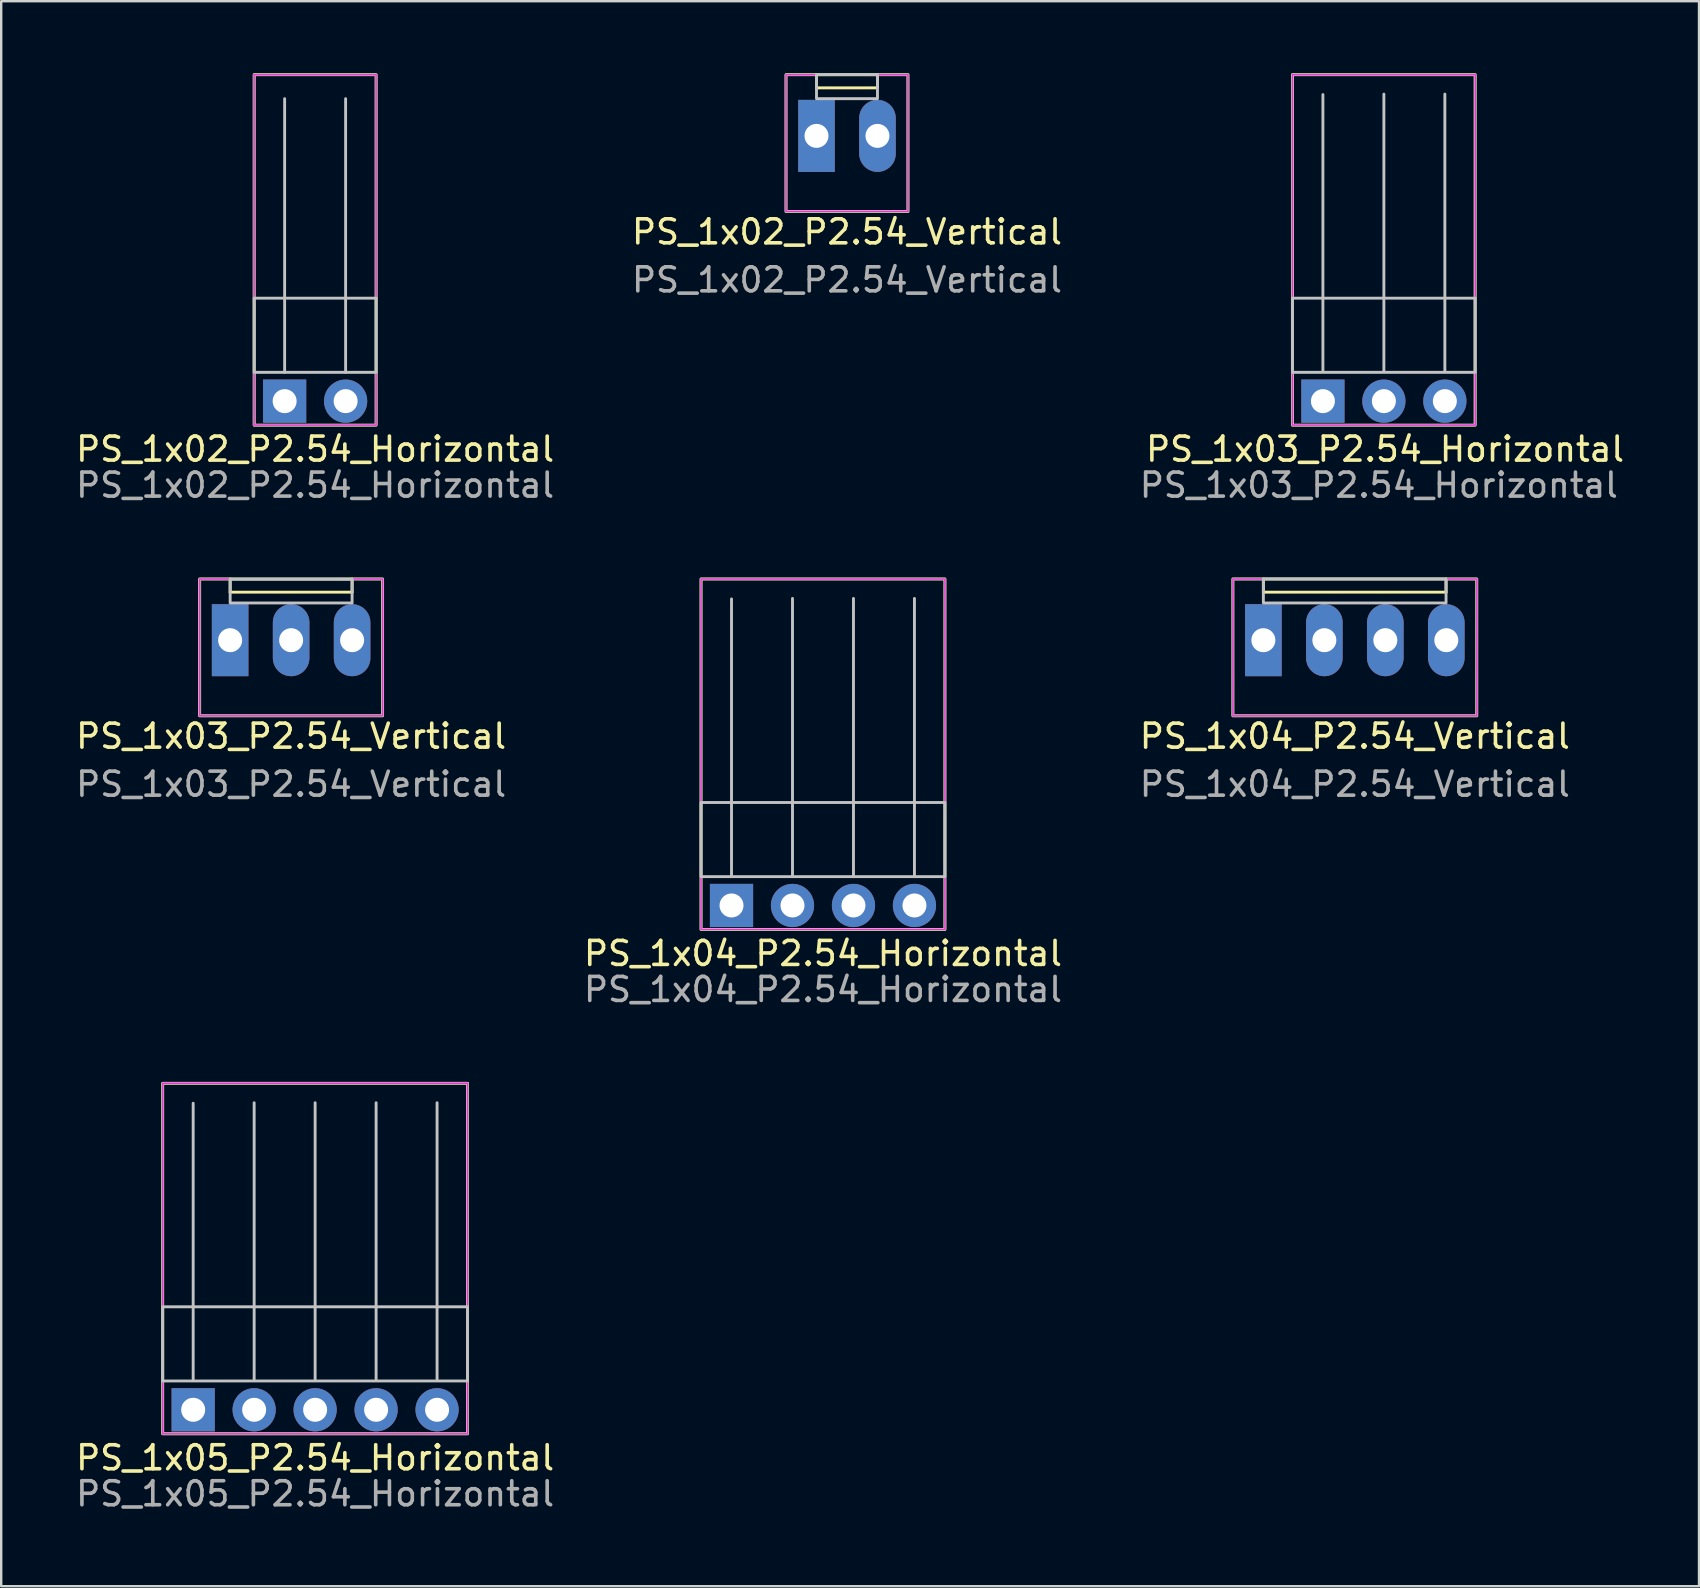
<source format=kicad_pcb>
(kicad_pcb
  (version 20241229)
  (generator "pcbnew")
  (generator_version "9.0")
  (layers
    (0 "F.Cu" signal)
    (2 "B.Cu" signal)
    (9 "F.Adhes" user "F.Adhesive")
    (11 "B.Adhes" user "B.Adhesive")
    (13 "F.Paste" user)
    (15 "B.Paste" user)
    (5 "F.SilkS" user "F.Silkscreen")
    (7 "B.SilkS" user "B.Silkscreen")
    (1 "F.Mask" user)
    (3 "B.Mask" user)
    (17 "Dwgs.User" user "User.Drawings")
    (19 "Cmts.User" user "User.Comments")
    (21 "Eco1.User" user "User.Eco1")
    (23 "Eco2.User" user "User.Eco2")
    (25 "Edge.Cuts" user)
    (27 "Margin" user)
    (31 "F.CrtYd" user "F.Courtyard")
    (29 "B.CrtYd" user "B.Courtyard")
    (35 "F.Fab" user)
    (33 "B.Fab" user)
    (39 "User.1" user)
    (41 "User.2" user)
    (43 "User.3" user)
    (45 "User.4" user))
  (footprint "PS_1x05_P2.54_Horizontal"
    (layer "F.Cu")
    (at 4.997 55.676)
    (property "Reference" "PS_1x05_P2.54_Horizontal" (at 5.08 2 0) (layer "F.SilkS") (effects (font (size 1 1) (thickness 0.15))))
    (attr through_hole)
    (fp_rect (start -1.27 -13.6) (end 11.43 1) (stroke (width 0.12) (type default)) (fill no) (layer "F.SilkS"))
    (fp_line (start 0 -1.27) (end 0 -12.77) (stroke (width 0.12) (type solid)) (layer "Dwgs.User"))
    (fp_line (start 2.54 -1.27) (end 2.54 -12.79) (stroke (width 0.12) (type solid)) (layer "Dwgs.User"))
    (fp_line (start 5.08 -1.27) (end 5.08 -12.79) (stroke (width 0.12) (type solid)) (layer "Dwgs.User"))
    (fp_line (start 7.62 -1.27) (end 7.62 -12.79) (stroke (width 0.12) (type solid)) (layer "Dwgs.User"))
    (fp_line (start 10.16 -1.27) (end 10.16 -12.79) (stroke (width 0.12) (type solid)) (layer "Dwgs.User"))
    (fp_rect (start -1.27 -4.29) (end 11.43 -1.2) (stroke (width 0.12) (type solid)) (fill no) (layer "Dwgs.User"))
    (fp_rect (start -1.27 -13.6) (end 11.43 1) (stroke (width 0.05) (type default)) (fill no) (layer "F.CrtYd"))
    (fp_rect (start -1.27 -13.6) (end 11.43 1) (stroke (width 0.1) (type default)) (fill no) (layer "F.Fab"))
    (fp_text user "${REFERENCE}" (at 5.08 3.5 0) (layer "F.Fab") (effects (font (size 1 1) (thickness 0.15))))
    (pad "1" thru_hole rect (at 0 0) (size 1.8 1.8) (drill 1) (layers "*.Cu" "*.Mask"))
    (pad "2" thru_hole circle (at 2.54 0) (size 1.8 1.8) (drill 1) (layers "*.Cu" "*.Mask"))
    (pad "3" thru_hole circle (at 5.08 0) (size 1.8 1.8) (drill 1) (layers "*.Cu" "*.Mask"))
    (pad "4" thru_hole circle (at 7.62 0) (size 1.8 1.8) (drill 1) (layers "*.Cu" "*.Mask"))
    (pad "5" thru_hole circle (at 10.16 0) (size 1.8 1.8) (drill 1) (layers "*.Cu" "*.Mask")))
  (footprint "PS_1x02_P2.54_Vertical"
    (layer "F.Cu")
    (at 30.962 2.61)
    (property "Reference" "PS_1x02_P2.54_Vertical" (at 1.27 4 0) (layer "F.SilkS") (effects (font (size 1 1) (thickness 0.15))))
    (attr through_hole)
    (fp_line (start 0 -2) (end 0 -2.55) (stroke (width 0.12) (type default)) (layer "F.SilkS"))
    (fp_line (start 0 -2) (end 2.54 -2) (stroke (width 0.12) (type default)) (layer "F.SilkS"))
    (fp_line (start 2.54 -2) (end 2.54 -2.55) (stroke (width 0.12) (type default)) (layer "F.SilkS"))
    (fp_rect (start -1.27 -2.55) (end 3.81 3.15) (stroke (width 0.12) (type default)) (fill no) (layer "F.SilkS"))
    (fp_rect (start 0 -2.55) (end 2.54 -1.55) (stroke (width 0.12) (type solid)) (fill no) (layer "Dwgs.User"))
    (fp_rect (start -1.27 -2.55) (end 3.81 3.15) (stroke (width 0.05) (type default)) (fill no) (layer "F.CrtYd"))
    (fp_rect (start -1.27 -2.55) (end 3.81 3.15) (stroke (width 0.1) (type default)) (fill no) (layer "F.Fab"))
    (fp_text user "${REFERENCE}" (at 1.27 6 0) (layer "F.Fab") (effects (font (size 1 1) (thickness 0.15))))
    (pad "1" thru_hole rect (at 0 0) (size 1.524 3) (drill 1) (layers "*.Cu" "*.Mask"))
    (pad "2" thru_hole oval (at 2.54 0) (size 1.524 3) (drill 1) (layers "*.Cu" "*.Mask")))
  (footprint "PS_1x02_P2.54_Horizontal"
    (layer "F.Cu")
    (at 8.807 13.66)
    (property "Reference" "PS_1x02_P2.54_Horizontal" (at 1.27 2 0) (layer "F.SilkS") (effects (font (size 1 1) (thickness 0.15))))
    (attr through_hole)
    (fp_rect (start -1.27 -13.6) (end 3.81 1) (stroke (width 0.12) (type default)) (fill no) (layer "F.SilkS"))
    (fp_line (start 0 -1.2) (end 0 -12.6) (stroke (width 0.12) (type solid)) (layer "Dwgs.User"))
    (fp_line (start 2.54 -1.2) (end 2.54 -12.6) (stroke (width 0.12) (type solid)) (layer "Dwgs.User"))
    (fp_rect (start -1.27 -4.29) (end 3.81 -1.2) (stroke (width 0.12) (type solid)) (fill no) (layer "Dwgs.User"))
    (fp_line (start -1.27 -13.6) (end 3.81 -13.6) (stroke (width 0.05) (type solid)) (layer "F.CrtYd"))
    (fp_line (start -1.27 1) (end -1.27 -13.6) (stroke (width 0.05) (type solid)) (layer "F.CrtYd"))
    (fp_line (start 3.81 -13.6) (end 3.81 1) (stroke (width 0.05) (type solid)) (layer "F.CrtYd"))
    (fp_line (start 3.81 1) (end -1.27 1) (stroke (width 0.05) (type solid)) (layer "F.CrtYd"))
    (fp_rect (start -1.27 -13.6) (end 3.81 1) (stroke (width 0.1) (type default)) (fill no) (layer "F.Fab"))
    (fp_text user "${REFERENCE}" (at 1.27 3.5 0) (layer "F.Fab") (effects (font (size 1 1) (thickness 0.15))))
    (pad "1" thru_hole rect (at 0 0) (size 1.8 1.8) (drill 1) (layers "*.Cu" "*.Mask"))
    (pad "2" thru_hole circle (at 2.54 0) (size 1.8 1.8) (drill 1) (layers "*.Cu" "*.Mask")))
  (footprint "PS_1x04_P2.54_Vertical"
    (layer "F.Cu")
    (at 49.577 23.618)
    (property "Reference" "PS_1x04_P2.54_Vertical" (at 3.81 4 0) (layer "F.SilkS") (effects (font (size 1 1) (thickness 0.15))))
    (attr through_hole)
    (fp_line (start 0 -2) (end 0 -2.55) (stroke (width 0.12) (type default)) (layer "F.SilkS"))
    (fp_line (start 0 -2) (end 7.61 -2) (stroke (width 0.12) (type default)) (layer "F.SilkS"))
    (fp_line (start 7.61 -2) (end 7.61 -2.55) (stroke (width 0.12) (type default)) (layer "F.SilkS"))
    (fp_rect (start -1.27 -2.55) (end 8.89 3.15) (stroke (width 0.12) (type default)) (fill no) (layer "F.SilkS"))
    (fp_rect (start 0 -2.55) (end 7.61 -1.55) (stroke (width 0.12) (type solid)) (fill no) (layer "Dwgs.User"))
    (fp_rect (start -1.27 -2.55) (end 8.89 3.15) (stroke (width 0.05) (type default)) (fill no) (layer "F.CrtYd"))
    (fp_rect (start -1.27 -2.55) (end 8.89 3.15) (stroke (width 0.1) (type default)) (fill no) (layer "F.Fab"))
    (fp_text user "${REFERENCE}" (at 3.81 6 0) (layer "F.Fab") (effects (font (size 1 1) (thickness 0.15))))
    (pad "1" thru_hole rect (at 0 0) (size 1.524 3) (drill 1) (layers "*.Cu" "*.Mask"))
    (pad "2" thru_hole oval (at 2.54 0) (size 1.524 3) (drill 1) (layers "*.Cu" "*.Mask"))
    (pad "3" thru_hole oval (at 5.08 0) (size 1.524 3) (drill 1) (layers "*.Cu" "*.Mask"))
    (pad "4" thru_hole oval (at 7.62 0) (size 1.524 3) (drill 1) (layers "*.Cu" "*.Mask")))
  (footprint "PS_1x04_P2.54_Horizontal"
    (layer "F.Cu")
    (at 27.422 34.668)
    (property "Reference" "PS_1x04_P2.54_Horizontal" (at 3.81 2 0) (layer "F.SilkS") (effects (font (size 1 1) (thickness 0.15))))
    (attr through_hole)
    (fp_rect (start -1.27 -13.6) (end 8.89 1) (stroke (width 0.12) (type default)) (fill no) (layer "F.SilkS"))
    (fp_line (start 0 -1.27) (end 0 -12.77) (stroke (width 0.12) (type solid)) (layer "Dwgs.User"))
    (fp_line (start 2.54 -1.27) (end 2.54 -12.79) (stroke (width 0.12) (type solid)) (layer "Dwgs.User"))
    (fp_line (start 5.08 -1.27) (end 5.08 -12.79) (stroke (width 0.12) (type solid)) (layer "Dwgs.User"))
    (fp_line (start 7.62 -1.27) (end 7.62 -12.79) (stroke (width 0.12) (type solid)) (layer "Dwgs.User"))
    (fp_rect (start -1.27 -4.29) (end 8.89 -1.2) (stroke (width 0.12) (type solid)) (fill no) (layer "Dwgs.User"))
    (fp_rect (start -1.27 -13.6) (end 8.89 1) (stroke (width 0.05) (type default)) (fill no) (layer "F.CrtYd"))
    (fp_rect (start -1.27 -13.6) (end 8.89 1) (stroke (width 0.1) (type default)) (fill no) (layer "F.Fab"))
    (fp_text user "${REFERENCE}" (at 3.81 3.5 0) (layer "F.Fab") (effects (font (size 1 1) (thickness 0.15))))
    (pad "1" thru_hole rect (at 0 0) (size 1.8 1.8) (drill 1) (layers "*.Cu" "*.Mask"))
    (pad "2" thru_hole circle (at 2.54 0) (size 1.8 1.8) (drill 1) (layers "*.Cu" "*.Mask"))
    (pad "3" thru_hole circle (at 5.08 0) (size 1.8 1.8) (drill 1) (layers "*.Cu" "*.Mask"))
    (pad "4" thru_hole circle (at 7.62 0) (size 1.8 1.8) (drill 1) (layers "*.Cu" "*.Mask")))
  (footprint "PS_1x03_P2.54_Horizontal"
    (layer "F.Cu")
    (at 52.057 13.66)
    (property "Reference" "PS_1x03_P2.54_Horizontal" (at 2.59 2 0) (layer "F.SilkS") (effects (font (size 1 1) (thickness 0.15))))
    (attr through_hole)
    (fp_rect (start -1.27 -13.6) (end 6.34 1) (stroke (width 0.12) (type default)) (fill no) (layer "F.SilkS"))
    (fp_line (start 0 -1.27) (end 0 -12.77) (stroke (width 0.12) (type solid)) (layer "Dwgs.User"))
    (fp_line (start 2.54 -1.27) (end 2.54 -12.79) (stroke (width 0.12) (type solid)) (layer "Dwgs.User"))
    (fp_line (start 5.08 -1.27) (end 5.08 -12.79) (stroke (width 0.12) (type solid)) (layer "Dwgs.User"))
    (fp_rect (start -1.27 -4.29) (end 6.34 -1.2) (stroke (width 0.12) (type solid)) (fill no) (layer "Dwgs.User"))
    (fp_rect (start -1.27 -13.6) (end 6.35 1) (stroke (width 0.05) (type default)) (fill no) (layer "F.CrtYd"))
    (fp_rect (start -1.27 -13.6) (end 6.35 1) (stroke (width 0.1) (type default)) (fill no) (layer "F.Fab"))
    (fp_text user "${REFERENCE}" (at 2.33 3.5 0) (layer "F.Fab") (effects (font (size 1 1) (thickness 0.15))))
    (pad "1" thru_hole rect (at 0 0) (size 1.8 1.8) (drill 1) (layers "*.Cu" "*.Mask"))
    (pad "2" thru_hole circle (at 2.54 0) (size 1.8 1.8) (drill 1) (layers "*.Cu" "*.Mask"))
    (pad "3" thru_hole circle (at 5.08 0) (size 1.8 1.8) (drill 1) (layers "*.Cu" "*.Mask")))
  (footprint "PS_1x03_P2.54_Vertical"
    (layer "F.Cu")
    (at 6.537 23.618)
    (property "Reference" "PS_1x03_P2.54_Vertical" (at 2.54 4 180) (layer "F.SilkS") (effects (font (size 1 1) (thickness 0.15))))
    (attr through_hole)
    (fp_line (start 0 -2) (end 0 -2.55) (stroke (width 0.12) (type default)) (layer "F.SilkS"))
    (fp_line (start 0 -2) (end 5.08 -2) (stroke (width 0.12) (type default)) (layer "F.SilkS"))
    (fp_line (start 5.08 -2) (end 5.08 -2.55) (stroke (width 0.12) (type default)) (layer "F.SilkS"))
    (fp_rect (start -1.27 -2.55) (end 6.35 3.15) (stroke (width 0.12) (type default)) (fill no) (layer "F.SilkS"))
    (fp_rect (start 0 -2.54) (end 5.08 -1.55) (stroke (width 0.12) (type solid)) (fill no) (layer "Dwgs.User"))
    (fp_rect (start -1.27 -2.55) (end 6.35 3.15) (stroke (width 0.05) (type default)) (fill no) (layer "F.CrtYd"))
    (fp_rect (start -1.27 -2.55) (end 6.35 3.15) (stroke (width 0.1) (type default)) (fill no) (layer "F.Fab"))
    (fp_text user "${REFERENCE}" (at 2.54 6 0) (layer "F.Fab") (effects (font (size 1 1) (thickness 0.15))))
    (pad "1" thru_hole rect (at 0 0) (size 1.524 3) (drill 1) (layers "*.Cu" "*.Mask"))
    (pad "2" thru_hole oval (at 2.54 0) (size 1.524 3) (drill 1) (layers "*.Cu" "*.Mask"))
    (pad "3" thru_hole oval (at 5.08 0) (size 1.524 3) (drill 1) (layers "*.Cu" "*.Mask")))
  (gr_rect
    (start -3 -3)
    (end 67.724 63.025)
    (stroke (width 0.1) (type default))
    (fill no)
    (layer "Edge.Cuts")))
</source>
